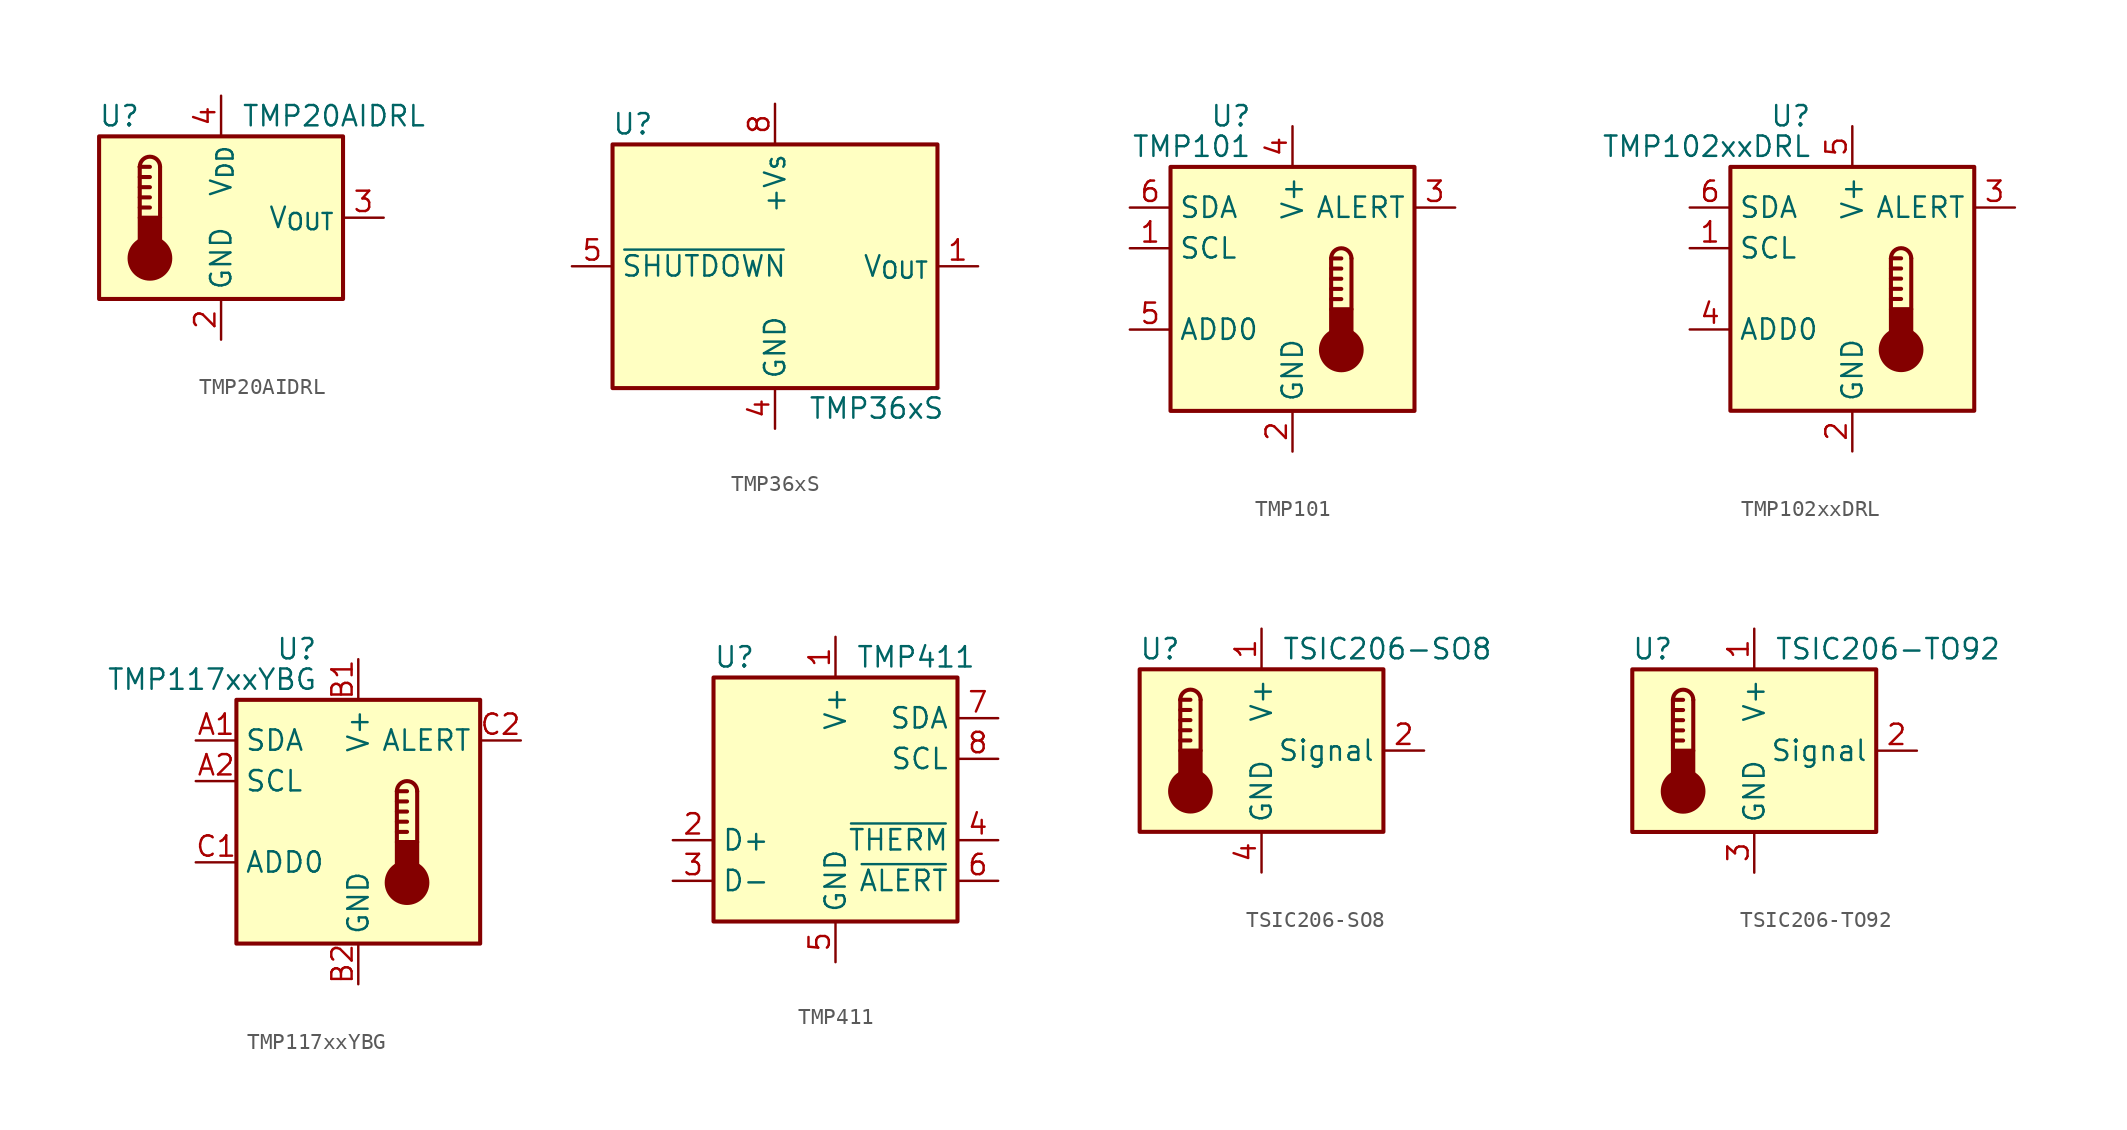
<source format=kicad_sym>
(kicad_symbol_lib
  (version 20241209)
  (generator "kicad_symbol_editor")
  (generator_version "9.0")
  (symbol "TMP20AIDRL"
    (property "Reference" "U"
      (at -6.35 6.35 0)
      (effects (font (size 1.27 1.27))))
    (property "Value" "TMP20AIDRL"
      (at 1.27 6.35 0)
      (effects (font (size 1.27 1.27)) (justify left)))
    (symbol "TMP20AIDRL_0_1"
      (rectangle (start -7.62 5.08) (end 7.62 -5.08) (stroke (width 0.254) (type default)) (fill (type background)))
      (polyline (pts (xy -5.08 3.175) (xy -5.08 0)) (stroke (width 0.254) (type default)) (fill (type none)))
      (polyline (pts (xy -5.08 3.175) (xy -4.445 3.175)) (stroke (width 0.254) (type default)) (fill (type none)))
      (polyline (pts (xy -5.08 2.54) (xy -4.445 2.54)) (stroke (width 0.254) (type default)) (fill (type none)))
      (polyline (pts (xy -5.08 1.905) (xy -4.445 1.905)) (stroke (width 0.254) (type default)) (fill (type none)))
      (polyline (pts (xy -5.08 1.27) (xy -4.445 1.27)) (stroke (width 0.254) (type default)) (fill (type none)))
      (polyline (pts (xy -5.08 0.635) (xy -4.445 0.635)) (stroke (width 0.254) (type default)) (fill (type none)))
      (arc (start -5.08 3.175) (mid -4.445 3.8073) (end -3.81 3.175) (stroke (width 0.254) (type default)) (fill (type none)))
      (circle (center -4.445 -2.54) (radius 1.27) (stroke (width 0.254) (type default)) (fill (type outline)))
      (polyline (pts (xy -3.81 3.175) (xy -3.81 0)) (stroke (width 0.254) (type default)) (fill (type none)))
      (rectangle (start -3.81 -1.905) (end -5.08 0) (stroke (width 0.254) (type default)) (fill (type outline))))
    (symbol "TMP20AIDRL_1_1"
      (pin power_in line (at 0 7.62 270) (length 2.54) (name "V_{DD}" (effects (font (size 1.27 1.27)))) (number "4" (effects (font (size 1.27 1.27)))))
      (pin power_in line (at 0 -7.62 90) (length 2.54) (name "GND" (effects (font (size 1.27 1.27)))) (number "2" (effects (font (size 1.27 1.27)))))
      (pin passive line (at 0 -7.62 90) (length 2.54) (hide yes) (name "GND" (effects (font (size 1.27 1.27)))) (number "6" (effects (font (size 1.27 1.27)))))
      (pin no_connect line (at 7.62 2.54 180) (length 2.54) (hide yes) (name "NC" (effects (font (size 1.27 1.27)))) (number "5" (effects (font (size 1.27 1.27)))))
      (pin no_connect line (at 7.62 -2.54 180) (length 2.54) (hide yes) (name "NC" (effects (font (size 1.27 1.27)))) (number "1" (effects (font (size 1.27 1.27)))))
      (pin output line (at 10.16 0 180) (length 2.54) (name "V_{OUT}" (effects (font (size 1.27 1.27)))) (number "3" (effects (font (size 1.27 1.27)))))))
  (symbol "TMP36xS"
    (property "Reference" "U"
      (at -8.89 8.89 0)
      (effects (font (size 1.27 1.27))))
    (property "Value" "TMP36xS"
      (at 6.35 -8.89 0)
      (effects (font (size 1.27 1.27))))
    (symbol "TMP36xS_0_1"
      (rectangle (start -10.16 7.62) (end 10.16 -7.62) (stroke (width 0.254) (type default)) (fill (type background))))
    (symbol "TMP36xS_1_1"
      (pin input line (at -12.7 0 0) (length 2.54) (name "~{SHUTDOWN}" (effects (font (size 1.27 1.27)))) (number "5" (effects (font (size 1.27 1.27)))))
      (pin power_in line (at 0 10.16 270) (length 2.54) (name "+Vs" (effects (font (size 1.27 1.27)))) (number "8" (effects (font (size 1.27 1.27)))))
      (pin power_in line (at 0 -10.16 90) (length 2.54) (name "GND" (effects (font (size 1.27 1.27)))) (number "4" (effects (font (size 1.27 1.27)))))
      (pin output line (at 12.7 0 180) (length 2.54) (name "V_{OUT}" (effects (font (size 1.27 1.27)))) (number "1" (effects (font (size 1.27 1.27)))))))
  (symbol "TMP101"
    (property "Reference" "U"
      (at -2.54 10.795 0)
      (effects (font (size 1.27 1.27)) (justify right)))
    (property "Value" "TMP101"
      (at -2.54 8.89 0)
      (effects (font (size 1.27 1.27)) (justify right)))
    (symbol "TMP101_0_1"
      (rectangle (start -7.62 7.62) (end 7.62 -7.62) (stroke (width 0.254) (type default)) (fill (type background))))
    (symbol "TMP101_1_1"
      (polyline (pts (xy 2.413 1.905) (xy 2.413 -1.27)) (stroke (width 0.254) (type default)) (fill (type none)))
      (polyline (pts (xy 2.413 1.905) (xy 3.048 1.905)) (stroke (width 0.254) (type default)) (fill (type none)))
      (polyline (pts (xy 2.413 1.27) (xy 3.048 1.27)) (stroke (width 0.254) (type default)) (fill (type none)))
      (polyline (pts (xy 2.413 0.635) (xy 3.048 0.635)) (stroke (width 0.254) (type default)) (fill (type none)))
      (polyline (pts (xy 2.413 0) (xy 3.048 0)) (stroke (width 0.254) (type default)) (fill (type none)))
      (polyline (pts (xy 2.413 -0.635) (xy 3.048 -0.635)) (stroke (width 0.254) (type default)) (fill (type none)))
      (arc (start 2.413 1.905) (mid 3.048 2.5373) (end 3.683 1.905) (stroke (width 0.254) (type default)) (fill (type none)))
      (circle (center 3.048 -3.81) (radius 1.27) (stroke (width 0.254) (type default)) (fill (type outline)))
      (polyline (pts (xy 3.683 1.905) (xy 3.683 -1.27)) (stroke (width 0.254) (type default)) (fill (type none)))
      (rectangle (start 3.683 -3.175) (end 2.413 -1.27) (stroke (width 0.254) (type default)) (fill (type outline)))
      (pin bidirectional line (at -10.16 5.08 0) (length 2.54) (name "SDA" (effects (font (size 1.27 1.27)))) (number "6" (effects (font (size 1.27 1.27)))))
      (pin input line (at -10.16 2.54 0) (length 2.54) (name "SCL" (effects (font (size 1.27 1.27)))) (number "1" (effects (font (size 1.27 1.27)))))
      (pin input line (at -10.16 -2.54 0) (length 2.54) (name "ADD0" (effects (font (size 1.27 1.27)))) (number "5" (effects (font (size 1.27 1.27)))))
      (pin power_in line (at 0 10.16 270) (length 2.54) (name "V+" (effects (font (size 1.27 1.27)))) (number "4" (effects (font (size 1.27 1.27)))))
      (pin power_in line (at 0 -10.16 90) (length 2.54) (name "GND" (effects (font (size 1.27 1.27)))) (number "2" (effects (font (size 1.27 1.27)))))
      (pin open_collector line (at 10.16 5.08 180) (length 2.54) (name "ALERT" (effects (font (size 1.27 1.27)))) (number "3" (effects (font (size 1.27 1.27)))))))
  (symbol "TMP102xxDRL"
    (property "Reference" "U"
      (at -2.54 10.795 0)
      (effects (font (size 1.27 1.27)) (justify right)))
    (property "Value" "TMP102xxDRL"
      (at -2.54 8.89 0)
      (effects (font (size 1.27 1.27)) (justify right)))
    (symbol "TMP102xxDRL_0_1"
      (rectangle (start -7.62 7.62) (end 7.62 -7.62) (stroke (width 0.254) (type default)) (fill (type background))))
    (symbol "TMP102xxDRL_1_1"
      (polyline (pts (xy 2.413 1.905) (xy 2.413 -1.27)) (stroke (width 0.254) (type default)) (fill (type none)))
      (polyline (pts (xy 2.413 1.905) (xy 3.048 1.905)) (stroke (width 0.254) (type default)) (fill (type none)))
      (polyline (pts (xy 2.413 1.27) (xy 3.048 1.27)) (stroke (width 0.254) (type default)) (fill (type none)))
      (polyline (pts (xy 2.413 0.635) (xy 3.048 0.635)) (stroke (width 0.254) (type default)) (fill (type none)))
      (polyline (pts (xy 2.413 0) (xy 3.048 0)) (stroke (width 0.254) (type default)) (fill (type none)))
      (polyline (pts (xy 2.413 -0.635) (xy 3.048 -0.635)) (stroke (width 0.254) (type default)) (fill (type none)))
      (arc (start 2.413 1.905) (mid 3.048 2.5373) (end 3.683 1.905) (stroke (width 0.254) (type default)) (fill (type none)))
      (circle (center 3.048 -3.81) (radius 1.27) (stroke (width 0.254) (type default)) (fill (type outline)))
      (polyline (pts (xy 3.683 1.905) (xy 3.683 -1.27)) (stroke (width 0.254) (type default)) (fill (type none)))
      (rectangle (start 3.683 -3.175) (end 2.413 -1.27) (stroke (width 0.254) (type default)) (fill (type outline)))
      (pin bidirectional line (at -10.16 5.08 0) (length 2.54) (name "SDA" (effects (font (size 1.27 1.27)))) (number "6" (effects (font (size 1.27 1.27)))))
      (pin input line (at -10.16 2.54 0) (length 2.54) (name "SCL" (effects (font (size 1.27 1.27)))) (number "1" (effects (font (size 1.27 1.27)))))
      (pin input line (at -10.16 -2.54 0) (length 2.54) (name "ADD0" (effects (font (size 1.27 1.27)))) (number "4" (effects (font (size 1.27 1.27)))))
      (pin power_in line (at 0 10.16 270) (length 2.54) (name "V+" (effects (font (size 1.27 1.27)))) (number "5" (effects (font (size 1.27 1.27)))))
      (pin power_in line (at 0 -10.16 90) (length 2.54) (name "GND" (effects (font (size 1.27 1.27)))) (number "2" (effects (font (size 1.27 1.27)))))
      (pin open_collector line (at 10.16 5.08 180) (length 2.54) (name "ALERT" (effects (font (size 1.27 1.27)))) (number "3" (effects (font (size 1.27 1.27)))))))
  (symbol "TMP117xxYBG"
    (property "Reference" "U"
      (at -2.54 10.795 0)
      (effects (font (size 1.27 1.27)) (justify right)))
    (property "Value" "TMP117xxYBG"
      (at -2.54 8.89 0)
      (effects (font (size 1.27 1.27)) (justify right)))
    (symbol "TMP117xxYBG_0_1"
      (rectangle (start -7.62 7.62) (end 7.62 -7.62) (stroke (width 0.254) (type default)) (fill (type background))))
    (symbol "TMP117xxYBG_1_1"
      (polyline (pts (xy 2.413 1.905) (xy 2.413 -1.27)) (stroke (width 0.254) (type default)) (fill (type none)))
      (polyline (pts (xy 2.413 1.905) (xy 3.048 1.905)) (stroke (width 0.254) (type default)) (fill (type none)))
      (polyline (pts (xy 2.413 1.27) (xy 3.048 1.27)) (stroke (width 0.254) (type default)) (fill (type none)))
      (polyline (pts (xy 2.413 0.635) (xy 3.048 0.635)) (stroke (width 0.254) (type default)) (fill (type none)))
      (polyline (pts (xy 2.413 0) (xy 3.048 0)) (stroke (width 0.254) (type default)) (fill (type none)))
      (polyline (pts (xy 2.413 -0.635) (xy 3.048 -0.635)) (stroke (width 0.254) (type default)) (fill (type none)))
      (arc (start 2.413 1.905) (mid 3.048 2.5373) (end 3.683 1.905) (stroke (width 0.254) (type default)) (fill (type none)))
      (circle (center 3.048 -3.81) (radius 1.27) (stroke (width 0.254) (type default)) (fill (type outline)))
      (polyline (pts (xy 3.683 1.905) (xy 3.683 -1.27)) (stroke (width 0.254) (type default)) (fill (type none)))
      (rectangle (start 3.683 -3.175) (end 2.413 -1.27) (stroke (width 0.254) (type default)) (fill (type outline)))
      (pin bidirectional line (at -10.16 5.08 0) (length 2.54) (name "SDA" (effects (font (size 1.27 1.27)))) (number "A1" (effects (font (size 1.27 1.27)))))
      (pin input line (at -10.16 2.54 0) (length 2.54) (name "SCL" (effects (font (size 1.27 1.27)))) (number "A2" (effects (font (size 1.27 1.27)))))
      (pin input line (at -10.16 -2.54 0) (length 2.54) (name "ADD0" (effects (font (size 1.27 1.27)))) (number "C1" (effects (font (size 1.27 1.27)))))
      (pin power_in line (at 0 10.16 270) (length 2.54) (name "V+" (effects (font (size 1.27 1.27)))) (number "B1" (effects (font (size 1.27 1.27)))))
      (pin power_in line (at 0 -10.16 90) (length 2.54) (name "GND" (effects (font (size 1.27 1.27)))) (number "B2" (effects (font (size 1.27 1.27)))))
      (pin open_collector line (at 10.16 5.08 180) (length 2.54) (name "ALERT" (effects (font (size 1.27 1.27)))) (number "C2" (effects (font (size 1.27 1.27)))))))
  (symbol "TMP411"
    (property "Reference" "U"
      (at -7.62 8.89 0)
      (effects (font (size 1.27 1.27)) (justify left)))
    (property "Value" "TMP411"
      (at 1.27 8.89 0)
      (effects (font (size 1.27 1.27)) (justify left)))
    (symbol "TMP411_0_1"
      (rectangle (start -7.62 7.62) (end 7.62 -7.62) (stroke (width 0.254) (type default)) (fill (type background))))
    (symbol "TMP411_1_1"
      (pin passive line (at -10.16 -2.54 0) (length 2.54) (name "D+" (effects (font (size 1.27 1.27)))) (number "2" (effects (font (size 1.27 1.27)))))
      (pin passive line (at -10.16 -5.08 0) (length 2.54) (name "D-" (effects (font (size 1.27 1.27)))) (number "3" (effects (font (size 1.27 1.27)))))
      (pin power_in line (at 0 10.16 270) (length 2.54) (name "V+" (effects (font (size 1.27 1.27)))) (number "1" (effects (font (size 1.27 1.27)))))
      (pin power_in line (at 0 -10.16 90) (length 2.54) (name "GND" (effects (font (size 1.27 1.27)))) (number "5" (effects (font (size 1.27 1.27)))))
      (pin bidirectional line (at 10.16 5.08 180) (length 2.54) (name "SDA" (effects (font (size 1.27 1.27)))) (number "7" (effects (font (size 1.27 1.27)))))
      (pin input line (at 10.16 2.54 180) (length 2.54) (name "SCL" (effects (font (size 1.27 1.27)))) (number "8" (effects (font (size 1.27 1.27)))))
      (pin open_collector line (at 10.16 -2.54 180) (length 2.54) (name "~{THERM}" (effects (font (size 1.27 1.27)))) (number "4" (effects (font (size 1.27 1.27)))))
      (pin open_collector line (at 10.16 -5.08 180) (length 2.54) (name "~{ALERT}" (effects (font (size 1.27 1.27)))) (number "6" (effects (font (size 1.27 1.27)))) (alternate "~{THERM2}" open_collector line))))
  (symbol "TSIC206-SO8"
    (property "Reference" "U"
      (at -6.35 6.35 0)
      (effects (font (size 1.27 1.27))))
    (property "Value" "TSIC206-SO8"
      (at 1.27 6.35 0)
      (effects (font (size 1.27 1.27)) (justify left)))
    (symbol "TSIC206-SO8_0_1"
      (rectangle (start -7.62 5.08) (end 7.62 -5.08) (stroke (width 0.254) (type default)) (fill (type background)))
      (polyline (pts (xy -5.08 3.175) (xy -5.08 0)) (stroke (width 0.254) (type default)) (fill (type none)))
      (polyline (pts (xy -5.08 3.175) (xy -4.445 3.175)) (stroke (width 0.254) (type default)) (fill (type none)))
      (polyline (pts (xy -5.08 2.54) (xy -4.445 2.54)) (stroke (width 0.254) (type default)) (fill (type none)))
      (polyline (pts (xy -5.08 1.905) (xy -4.445 1.905)) (stroke (width 0.254) (type default)) (fill (type none)))
      (polyline (pts (xy -5.08 1.27) (xy -4.445 1.27)) (stroke (width 0.254) (type default)) (fill (type none)))
      (polyline (pts (xy -5.08 0.635) (xy -4.445 0.635)) (stroke (width 0.254) (type default)) (fill (type none)))
      (arc (start -5.08 3.175) (mid -4.445 3.8073) (end -3.81 3.175) (stroke (width 0.254) (type default)) (fill (type none)))
      (circle (center -4.445 -2.54) (radius 1.27) (stroke (width 0.254) (type default)) (fill (type outline)))
      (polyline (pts (xy -3.81 3.175) (xy -3.81 0)) (stroke (width 0.254) (type default)) (fill (type none)))
      (rectangle (start -3.81 -1.905) (end -5.08 0) (stroke (width 0.254) (type default)) (fill (type outline))))
    (symbol "TSIC206-SO8_1_1"
      (pin no_connect line (at -5.08 -5.08 90) (length 2.54) (hide yes) (name "NC" (effects (font (size 1.27 1.27)))) (number "5" (effects (font (size 1.27 1.27)))))
      (pin no_connect line (at -2.54 -5.08 90) (length 2.54) (hide yes) (name "NC" (effects (font (size 1.27 1.27)))) (number "6" (effects (font (size 1.27 1.27)))))
      (pin power_in line (at 0 7.62 270) (length 2.54) (name "V+" (effects (font (size 1.27 1.27)))) (number "1" (effects (font (size 1.27 1.27)))))
      (pin power_in line (at 0 -7.62 90) (length 2.54) (name "GND" (effects (font (size 1.27 1.27)))) (number "4" (effects (font (size 1.27 1.27)))))
      (pin no_connect line (at 2.54 -5.08 90) (length 2.54) (hide yes) (name "NC" (effects (font (size 1.27 1.27)))) (number "7" (effects (font (size 1.27 1.27)))))
      (pin no_connect line (at 5.08 -5.08 90) (length 2.54) (hide yes) (name "NC" (effects (font (size 1.27 1.27)))) (number "8" (effects (font (size 1.27 1.27)))))
      (pin no_connect line (at 7.62 -2.54 180) (length 2.54) (hide yes) (name "NC" (effects (font (size 1.27 1.27)))) (number "3" (effects (font (size 1.27 1.27)))))
      (pin output line (at 10.16 0 180) (length 2.54) (name "Signal" (effects (font (size 1.27 1.27)))) (number "2" (effects (font (size 1.27 1.27)))))))
  (symbol "TSIC206-TO92"
    (property "Reference" "U"
      (at -6.35 6.35 0)
      (effects (font (size 1.27 1.27))))
    (property "Value" "TSIC206-TO92"
      (at 1.27 6.35 0)
      (effects (font (size 1.27 1.27)) (justify left)))
    (symbol "TSIC206-TO92_0_1"
      (rectangle (start -7.62 5.08) (end 7.62 -5.08) (stroke (width 0.254) (type default)) (fill (type background)))
      (polyline (pts (xy -5.08 3.175) (xy -5.08 0)) (stroke (width 0.254) (type default)) (fill (type none)))
      (polyline (pts (xy -5.08 3.175) (xy -4.445 3.175)) (stroke (width 0.254) (type default)) (fill (type none)))
      (polyline (pts (xy -5.08 2.54) (xy -4.445 2.54)) (stroke (width 0.254) (type default)) (fill (type none)))
      (polyline (pts (xy -5.08 1.905) (xy -4.445 1.905)) (stroke (width 0.254) (type default)) (fill (type none)))
      (polyline (pts (xy -5.08 1.27) (xy -4.445 1.27)) (stroke (width 0.254) (type default)) (fill (type none)))
      (polyline (pts (xy -5.08 0.635) (xy -4.445 0.635)) (stroke (width 0.254) (type default)) (fill (type none)))
      (arc (start -5.08 3.175) (mid -4.445 3.8073) (end -3.81 3.175) (stroke (width 0.254) (type default)) (fill (type none)))
      (circle (center -4.445 -2.54) (radius 1.27) (stroke (width 0.254) (type default)) (fill (type outline)))
      (polyline (pts (xy -3.81 3.175) (xy -3.81 0)) (stroke (width 0.254) (type default)) (fill (type none)))
      (rectangle (start -3.81 -1.905) (end -5.08 0) (stroke (width 0.254) (type default)) (fill (type outline))))
    (symbol "TSIC206-TO92_1_1"
      (pin power_in line (at 0 7.62 270) (length 2.54) (name "V+" (effects (font (size 1.27 1.27)))) (number "1" (effects (font (size 1.27 1.27)))))
      (pin power_in line (at 0 -7.62 90) (length 2.54) (name "GND" (effects (font (size 1.27 1.27)))) (number "3" (effects (font (size 1.27 1.27)))))
      (pin output line (at 10.16 0 180) (length 2.54) (name "Signal" (effects (font (size 1.27 1.27)))) (number "2" (effects (font (size 1.27 1.27))))))))
</source>
